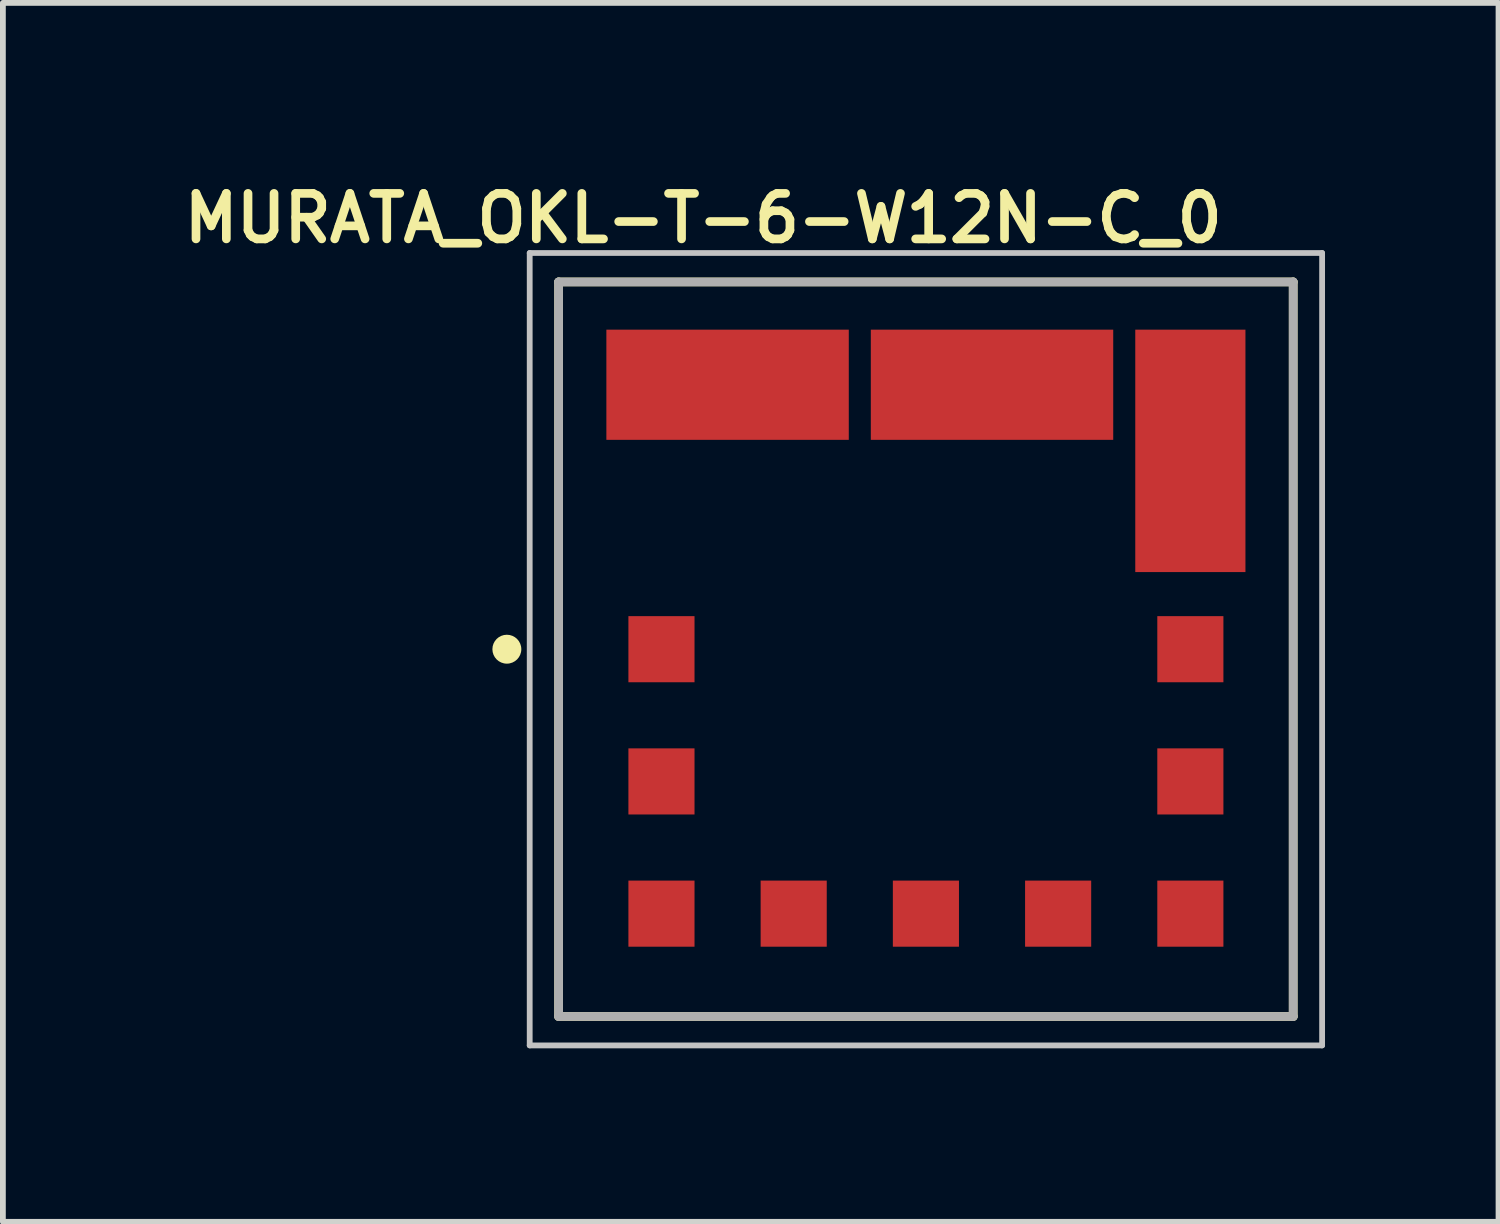
<source format=kicad_pcb>
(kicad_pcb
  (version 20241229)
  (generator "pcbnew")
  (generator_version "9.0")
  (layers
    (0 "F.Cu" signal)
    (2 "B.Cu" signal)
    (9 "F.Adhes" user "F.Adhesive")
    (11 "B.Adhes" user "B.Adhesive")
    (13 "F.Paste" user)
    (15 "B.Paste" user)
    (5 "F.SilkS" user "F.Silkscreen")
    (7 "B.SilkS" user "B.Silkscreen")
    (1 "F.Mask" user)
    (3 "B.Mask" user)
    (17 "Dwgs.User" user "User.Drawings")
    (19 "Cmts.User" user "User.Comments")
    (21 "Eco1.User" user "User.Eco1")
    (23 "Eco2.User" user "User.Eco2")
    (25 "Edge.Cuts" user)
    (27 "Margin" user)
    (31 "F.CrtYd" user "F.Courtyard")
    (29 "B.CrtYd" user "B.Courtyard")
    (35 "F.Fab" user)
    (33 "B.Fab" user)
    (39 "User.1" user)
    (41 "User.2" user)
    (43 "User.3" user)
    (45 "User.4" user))
  (footprint "MURATA_OKL-T-6-W12N-C_0"
    (layer "F.Cu")
    (at 12.958 8.174)
    (property "Reference" "MURATA_OKL-T-6-W12N-C_0" (at -3.85 -7.45 0) (layer "F.SilkS") (effects (font (size 0.787 0.787) (thickness 0.15))))
    (attr smd)
    (fp_line (start -6.35 -6.35) (end 6.35 -6.35) (stroke (width 0.15) (type solid)) (layer "F.SilkS"))
    (fp_line (start -6.35 6.35) (end -6.35 -6.35) (stroke (width 0.15) (type solid)) (layer "F.SilkS"))
    (fp_line (start -6.35 6.35) (end 6.35 6.35) (stroke (width 0.15) (type solid)) (layer "F.SilkS"))
    (fp_line (start 6.35 6.35) (end 6.35 -6.35) (stroke (width 0.15) (type solid)) (layer "F.SilkS"))
    (fp_circle (center -7.245 0) (end -6.995 0) (stroke (width 0) (type solid)) (fill yes) (layer "F.SilkS"))
    (fp_line (start -6.85 -6.85) (end 6.85 -6.85) (stroke (width 0.1) (type solid)) (layer "Dwgs.User"))
    (fp_line (start -6.85 6.85) (end -6.85 -6.85) (stroke (width 0.1) (type solid)) (layer "Dwgs.User"))
    (fp_line (start 6.85 -6.85) (end 6.85 6.85) (stroke (width 0.1) (type solid)) (layer "Dwgs.User"))
    (fp_line (start 6.85 6.85) (end -6.85 6.85) (stroke (width 0.1) (type solid)) (layer "Dwgs.User"))
    (fp_line (start -6.35 -6.35) (end 6.35 -6.35) (stroke (width 0.15) (type solid)) (layer "F.Fab"))
    (fp_line (start -6.35 6.35) (end -6.35 -6.35) (stroke (width 0.15) (type solid)) (layer "F.Fab"))
    (fp_line (start 6.35 -6.35) (end 6.35 6.35) (stroke (width 0.15) (type solid)) (layer "F.Fab"))
    (fp_line (start 6.35 6.35) (end -6.35 6.35) (stroke (width 0.15) (type solid)) (layer "F.Fab"))
    (pad "1" smd rect (at -4.572 0) (size 1.143 1.143) (layers "F.Cu" "F.Mask" "F.Paste"))
    (pad "2" smd rect (at -3.429 -4.572) (size 4.191 1.905) (layers "F.Cu" "F.Mask" "F.Paste"))
    (pad "3" smd rect (at 1.143 -4.572) (size 4.191 1.905) (layers "F.Cu" "F.Mask" "F.Paste"))
    (pad "4" smd rect (at 4.572 -3.429) (size 1.905 4.191) (layers "F.Cu" "F.Mask" "F.Paste"))
    (pad "5" smd rect (at 4.572 0) (size 1.143 1.143) (layers "F.Cu" "F.Mask" "F.Paste"))
    (pad "6" smd rect (at 4.572 4.572) (size 1.143 1.143) (layers "F.Cu" "F.Mask" "F.Paste"))
    (pad "7" smd rect (at 0 4.572) (size 1.143 1.143) (layers "F.Cu" "F.Mask" "F.Paste"))
    (pad "8" smd rect (at -2.286 4.572) (size 1.143 1.143) (layers "F.Cu" "F.Mask" "F.Paste"))
    (pad "9" smd rect (at -4.572 4.572) (size 1.143 1.143) (layers "F.Cu" "F.Mask" "F.Paste"))
    (pad "10" smd rect (at -4.572 2.286) (size 1.143 1.143) (layers "F.Cu" "F.Mask" "F.Paste"))
    (pad "11" smd rect (at 4.572 2.286) (size 1.143 1.143) (layers "F.Cu" "F.Mask" "F.Paste"))
    (pad "12" smd rect (at 2.286 4.572) (size 1.143 1.143) (layers "F.Cu" "F.Mask" "F.Paste")))
  (gr_rect
    (start -3 -3)
    (end 22.858 18.074)
    (stroke (width 0.1) (type default))
    (fill no)
    (layer "Edge.Cuts")))
</source>
